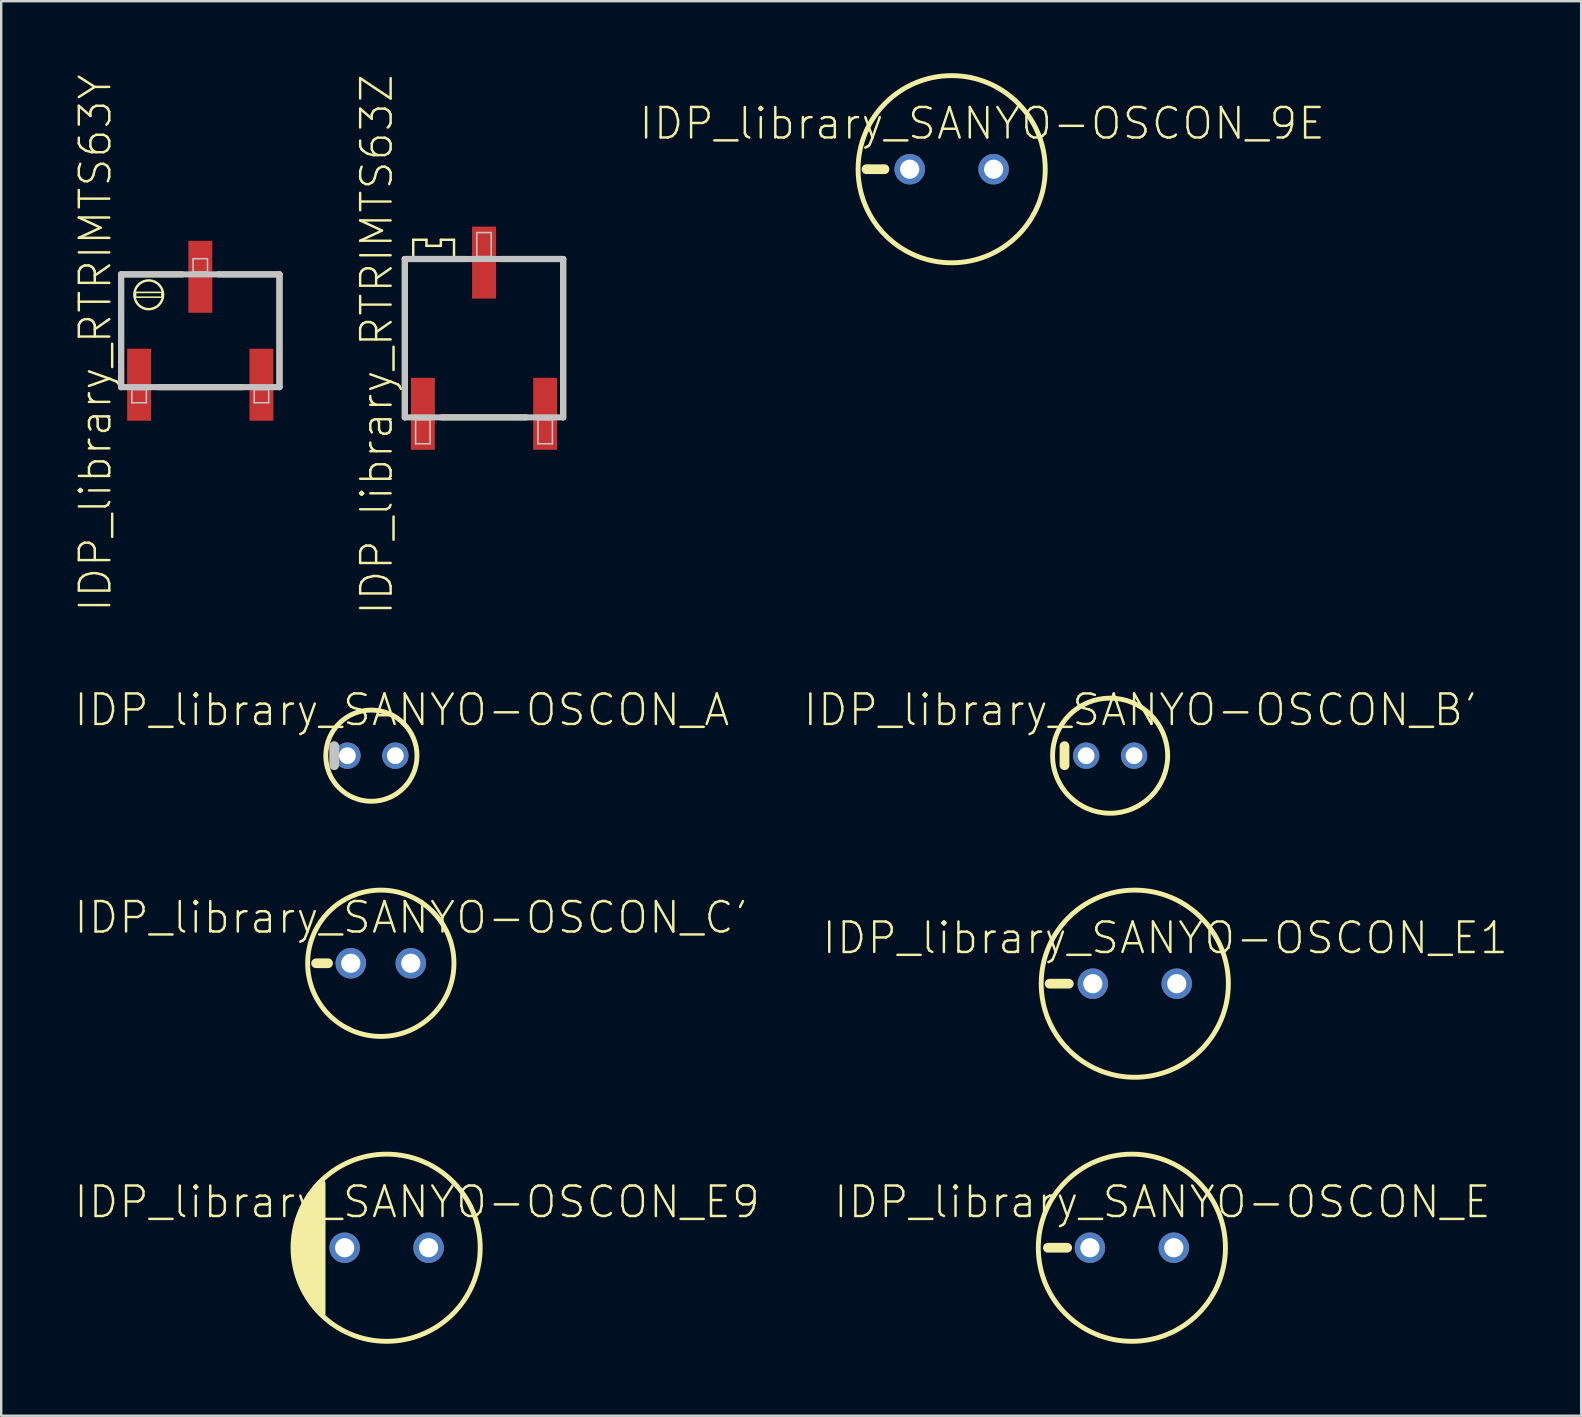
<source format=kicad_pcb>
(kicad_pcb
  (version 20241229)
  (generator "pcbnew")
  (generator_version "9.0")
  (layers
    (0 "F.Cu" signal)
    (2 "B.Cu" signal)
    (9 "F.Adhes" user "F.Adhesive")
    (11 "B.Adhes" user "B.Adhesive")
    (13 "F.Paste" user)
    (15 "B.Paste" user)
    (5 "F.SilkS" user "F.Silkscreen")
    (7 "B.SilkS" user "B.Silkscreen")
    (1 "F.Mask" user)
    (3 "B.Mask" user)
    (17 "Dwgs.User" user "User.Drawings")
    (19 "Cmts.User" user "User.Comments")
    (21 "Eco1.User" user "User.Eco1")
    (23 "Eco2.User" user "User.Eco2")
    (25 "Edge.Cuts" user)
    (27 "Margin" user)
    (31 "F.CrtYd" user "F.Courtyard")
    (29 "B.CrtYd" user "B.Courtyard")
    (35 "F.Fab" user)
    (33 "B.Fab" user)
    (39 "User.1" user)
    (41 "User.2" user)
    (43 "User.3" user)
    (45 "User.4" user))
  (footprint "IDP_library_SANYO-OSCON_E"
    (layer "F.Cu")
    (at 44.109 48.936)
    (property "Reference" "IDP_library_SANYO-OSCON_E" (at 1.27 -1.905 0) (layer "F.SilkS") (effects (font (size 1.27 1.27) (thickness 0.102))))
    (attr exclude_from_pos_files exclude_from_bom)
    (fp_line (start -3.498 0) (end -2.697 0) (stroke (width 0.406) (type solid)) (layer "F.SilkS"))
    (fp_circle (center 0 0) (end 0 -3.899) (stroke (width 0.203) (type solid)) (fill no) (layer "F.SilkS"))
    (pad "+" thru_hole circle (at 1.748 0) (size 1.27 1.27) (drill 0.798) (layers "*.Cu" "*.Paste" "*.Mask"))
    (pad "-" thru_hole circle (at -1.748 0) (size 1.27 1.27) (drill 0.798) (layers "*.Cu" "*.Paste" "*.Mask")))
  (footprint "IDP_library_RTRIMTS63Z"
    (layer "F.Cu")
    (at 17.116 11.04)
    (property "Reference" "IDP_library_RTRIMTS63Z" (at -4.473 0.264 90) (layer "F.SilkS") (effects (font (size 1.27 1.27) (thickness 0.102))))
    (attr smd)
    (fp_line (start -3.299 -3.299) (end -3.299 3.299) (stroke (width 0.254) (type solid)) (layer "F.SilkS"))
    (fp_line (start -2.949 -4.1) (end -2.398 -4.1) (stroke (width 0.102) (type solid)) (layer "F.SilkS"))
    (fp_line (start -2.949 -3.449) (end -2.949 -4.1) (stroke (width 0.102) (type solid)) (layer "F.SilkS"))
    (fp_line (start -2.398 -4.1) (end -2.398 -3.848) (stroke (width 0.102) (type solid)) (layer "F.SilkS"))
    (fp_line (start -2.398 -3.848) (end -1.798 -3.848) (stroke (width 0.102) (type solid)) (layer "F.SilkS"))
    (fp_line (start -1.798 -4.1) (end -1.25 -4.1) (stroke (width 0.102) (type solid)) (layer "F.SilkS"))
    (fp_line (start -1.798 -3.848) (end -1.798 -4.1) (stroke (width 0.102) (type solid)) (layer "F.SilkS"))
    (fp_line (start -1.748 3.299) (end 1.748 3.299) (stroke (width 0.254) (type solid)) (layer "F.SilkS"))
    (fp_line (start -1.25 -4.1) (end -1.25 -3.399) (stroke (width 0.102) (type solid)) (layer "F.SilkS"))
    (fp_line (start -0.749 -3.299) (end -3.299 -3.299) (stroke (width 0.254) (type solid)) (layer "F.SilkS"))
    (fp_line (start 3.299 -3.299) (end 0.749 -3.299) (stroke (width 0.254) (type solid)) (layer "F.SilkS"))
    (fp_line (start 3.299 3.299) (end 3.299 -3.299) (stroke (width 0.254) (type solid)) (layer "F.SilkS"))
    (fp_line (start -3.299 -3.299) (end -3.299 3.299) (stroke (width 0.254) (type solid)) (layer "Dwgs.User"))
    (fp_line (start -3.299 3.299) (end 3.299 3.299) (stroke (width 0.254) (type solid)) (layer "Dwgs.User"))
    (fp_line (start -2.85 3.399) (end -2.248 3.399) (stroke (width 0.066) (type solid)) (layer "Dwgs.User"))
    (fp_line (start -2.85 4.399) (end -2.85 3.399) (stroke (width 0.066) (type solid)) (layer "Dwgs.User"))
    (fp_line (start -2.85 4.399) (end -2.248 4.399) (stroke (width 0.066) (type solid)) (layer "Dwgs.User"))
    (fp_line (start -2.248 4.399) (end -2.248 3.399) (stroke (width 0.066) (type solid)) (layer "Dwgs.User"))
    (fp_line (start -0.3 -4.399) (end 0.3 -4.399) (stroke (width 0.066) (type solid)) (layer "Dwgs.User"))
    (fp_line (start -0.3 -3.399) (end -0.3 -4.399) (stroke (width 0.066) (type solid)) (layer "Dwgs.User"))
    (fp_line (start -0.3 -3.399) (end 0.3 -3.399) (stroke (width 0.066) (type solid)) (layer "Dwgs.User"))
    (fp_line (start 0.3 -3.399) (end 0.3 -4.399) (stroke (width 0.066) (type solid)) (layer "Dwgs.User"))
    (fp_line (start 2.248 3.399) (end 2.85 3.399) (stroke (width 0.066) (type solid)) (layer "Dwgs.User"))
    (fp_line (start 2.248 4.399) (end 2.248 3.399) (stroke (width 0.066) (type solid)) (layer "Dwgs.User"))
    (fp_line (start 2.248 4.399) (end 2.85 4.399) (stroke (width 0.066) (type solid)) (layer "Dwgs.User"))
    (fp_line (start 2.85 4.399) (end 2.85 3.399) (stroke (width 0.066) (type solid)) (layer "Dwgs.User"))
    (fp_line (start 3.299 -3.299) (end -3.299 -3.299) (stroke (width 0.254) (type solid)) (layer "Dwgs.User"))
    (fp_line (start 3.299 3.299) (end 3.299 -3.299) (stroke (width 0.254) (type solid)) (layer "Dwgs.User"))
    (pad "1" smd rect (at -2.548 3.15) (size 0.998 3) (layers "F.Cu" "F.Mask" "F.Paste"))
    (pad "2" smd rect (at 0 -3.15) (size 0.998 3) (layers "F.Cu" "F.Mask" "F.Paste"))
    (pad "3" smd rect (at 2.548 3.15) (size 0.998 3) (layers "F.Cu" "F.Mask" "F.Paste")))
  (footprint "IDP_library_RTRIMTS63Y"
    (layer "F.Cu")
    (at 5.295 10.731)
    (property "Reference" "IDP_library_RTRIMTS63Y" (at -4.374 0.513 90) (layer "F.SilkS") (effects (font (size 1.27 1.27) (thickness 0.102))))
    (attr smd)
    (fp_line (start -3.299 -2.349) (end -0.749 -2.349) (stroke (width 0.254) (type solid)) (layer "F.SilkS"))
    (fp_line (start -3.299 2.349) (end -3.299 -2.349) (stroke (width 0.254) (type solid)) (layer "F.SilkS"))
    (fp_line (start -2.697 -1.598) (end -1.598 -1.598) (stroke (width 0.066) (type solid)) (layer "F.SilkS"))
    (fp_line (start -2.697 -1.4) (end -2.697 -1.598) (stroke (width 0.066) (type solid)) (layer "F.SilkS"))
    (fp_line (start -2.697 -1.4) (end -1.598 -1.4) (stroke (width 0.066) (type solid)) (layer "F.SilkS"))
    (fp_line (start -1.598 -1.4) (end -1.598 -1.598) (stroke (width 0.066) (type solid)) (layer "F.SilkS"))
    (fp_line (start 0.749 -2.349) (end 3.299 -2.349) (stroke (width 0.254) (type solid)) (layer "F.SilkS"))
    (fp_line (start 1.748 2.349) (end -1.748 2.349) (stroke (width 0.254) (type solid)) (layer "F.SilkS"))
    (fp_line (start 3.299 -2.349) (end 3.299 2.349) (stroke (width 0.254) (type solid)) (layer "F.SilkS"))
    (fp_circle (center -2.149 -1.499) (end -2.149 -2.098) (stroke (width 0.102) (type solid)) (fill no) (layer "F.SilkS"))
    (fp_line (start -3.299 -2.349) (end -3.299 2.349) (stroke (width 0.254) (type solid)) (layer "Dwgs.User"))
    (fp_line (start -3.299 2.349) (end 3.299 2.349) (stroke (width 0.254) (type solid)) (layer "Dwgs.User"))
    (fp_line (start -2.85 2.449) (end -2.248 2.449) (stroke (width 0.066) (type solid)) (layer "Dwgs.User"))
    (fp_line (start -2.85 3) (end -2.85 2.449) (stroke (width 0.066) (type solid)) (layer "Dwgs.User"))
    (fp_line (start -2.85 3) (end -2.248 3) (stroke (width 0.066) (type solid)) (layer "Dwgs.User"))
    (fp_line (start -2.248 3) (end -2.248 2.449) (stroke (width 0.066) (type solid)) (layer "Dwgs.User"))
    (fp_line (start -0.3 -3) (end 0.3 -3) (stroke (width 0.066) (type solid)) (layer "Dwgs.User"))
    (fp_line (start -0.3 -2.449) (end -0.3 -3) (stroke (width 0.066) (type solid)) (layer "Dwgs.User"))
    (fp_line (start -0.3 -2.449) (end 0.3 -2.449) (stroke (width 0.066) (type solid)) (layer "Dwgs.User"))
    (fp_line (start 0.3 -2.449) (end 0.3 -3) (stroke (width 0.066) (type solid)) (layer "Dwgs.User"))
    (fp_line (start 2.248 2.449) (end 2.85 2.449) (stroke (width 0.066) (type solid)) (layer "Dwgs.User"))
    (fp_line (start 2.248 3) (end 2.248 2.449) (stroke (width 0.066) (type solid)) (layer "Dwgs.User"))
    (fp_line (start 2.248 3) (end 2.85 3) (stroke (width 0.066) (type solid)) (layer "Dwgs.User"))
    (fp_line (start 2.85 3) (end 2.85 2.449) (stroke (width 0.066) (type solid)) (layer "Dwgs.User"))
    (fp_line (start 3.299 -2.349) (end -3.299 -2.349) (stroke (width 0.254) (type solid)) (layer "Dwgs.User"))
    (fp_line (start 3.299 2.349) (end 3.299 -2.349) (stroke (width 0.254) (type solid)) (layer "Dwgs.User"))
    (pad "1" smd rect (at -2.548 2.248) (size 0.998 3) (layers "F.Cu" "F.Mask" "F.Paste"))
    (pad "2" smd rect (at 0 -2.248) (size 0.998 3) (layers "F.Cu" "F.Mask" "F.Paste"))
    (pad "3" smd rect (at 2.548 2.248) (size 0.998 3) (layers "F.Cu" "F.Mask" "F.Paste")))
  (footprint "IDP_library_SANYO-OSCON_9E"
    (layer "F.Cu")
    (at 36.6 4)
    (property "Reference" "IDP_library_SANYO-OSCON_9E" (at 1.27 -1.905 0) (layer "F.SilkS") (effects (font (size 1.27 1.27) (thickness 0.102))))
    (attr exclude_from_pos_files exclude_from_bom)
    (fp_line (start -3.548 0) (end -2.799 0) (stroke (width 0.406) (type solid)) (layer "F.SilkS"))
    (fp_circle (center 0 0) (end 0 -3.899) (stroke (width 0.203) (type solid)) (fill no) (layer "F.SilkS"))
    (pad "+" thru_hole circle (at 1.748 0) (size 1.27 1.27) (drill 0.798) (layers "*.Cu" "*.Paste" "*.Mask"))
    (pad "-" thru_hole circle (at -1.748 0) (size 1.27 1.27) (drill 0.798) (layers "*.Cu" "*.Paste" "*.Mask")))
  (footprint "IDP_library_SANYO-OSCON_B'"
    (layer "F.Cu")
    (at 43.202 28.435)
    (property "Reference" "IDP_library_SANYO-OSCON_B'" (at 1.27 -1.905 0) (layer "F.SilkS") (effects (font (size 1.27 1.27) (thickness 0.102))))
    (attr exclude_from_pos_files exclude_from_bom)
    (fp_line (start -1.9 0.399) (end -1.9 -0.399) (stroke (width 0.406) (type solid)) (layer "F.SilkS"))
    (fp_circle (center 0 0) (end 0 -2.398) (stroke (width 0.203) (type solid)) (fill no) (layer "F.SilkS"))
    (pad "+" thru_hole circle (at 0.998 0) (size 1.1 1.1) (drill 0.699) (layers "*.Cu" "*.Paste" "*.Mask"))
    (pad "-" thru_hole circle (at -0.998 0) (size 1.1 1.1) (drill 0.699) (layers "*.Cu" "*.Paste" "*.Mask")))
  (footprint "IDP_library_SANYO-OSCON_E1"
    (layer "F.Cu")
    (at 44.23 37.935)
    (property "Reference" "IDP_library_SANYO-OSCON_E1" (at 1.27 -1.905 0) (layer "F.SilkS") (effects (font (size 1.27 1.27) (thickness 0.102))))
    (attr exclude_from_pos_files exclude_from_bom)
    (fp_line (start -3.548 0) (end -2.748 0) (stroke (width 0.406) (type solid)) (layer "F.SilkS"))
    (fp_circle (center 0 0) (end 0 -3.899) (stroke (width 0.203) (type solid)) (fill no) (layer "F.SilkS"))
    (pad "+" thru_hole circle (at 1.748 0) (size 1.27 1.27) (drill 0.798) (layers "*.Cu" "*.Paste" "*.Mask"))
    (pad "-" thru_hole circle (at -1.748 0) (size 1.27 1.27) (drill 0.798) (layers "*.Cu" "*.Paste" "*.Mask")))
  (footprint "IDP_library_SANYO-OSCON_C'"
    (layer "F.Cu")
    (at 12.816 37.084)
    (property "Reference" "IDP_library_SANYO-OSCON_C'" (at 1.27 -1.905 0) (layer "F.SilkS") (effects (font (size 1.27 1.27) (thickness 0.102))))
    (attr exclude_from_pos_files exclude_from_bom)
    (fp_line (start -2.2 0) (end -2.697 0) (stroke (width 0.406) (type solid)) (layer "F.SilkS"))
    (fp_circle (center 0 0) (end 0 -3.048) (stroke (width 0.203) (type solid)) (fill no) (layer "F.SilkS"))
    (pad "+" thru_hole circle (at 1.25 0) (size 1.27 1.27) (drill 0.798) (layers "*.Cu" "*.Paste" "*.Mask"))
    (pad "-" thru_hole circle (at -1.25 0) (size 1.27 1.27) (drill 0.798) (layers "*.Cu" "*.Paste" "*.Mask")))
  (footprint "IDP_library_SANYO-OSCON_A"
    (layer "F.Cu")
    (at 12.423 28.435)
    (property "Reference" "IDP_library_SANYO-OSCON_A" (at 1.27 -1.905 0) (layer "F.SilkS") (effects (font (size 1.27 1.27) (thickness 0.102))))
    (attr exclude_from_pos_files exclude_from_bom)
    (fp_circle (center 0 0) (end 0 -1.9) (stroke (width 0.203) (type solid)) (fill no) (layer "F.SilkS"))
    (fp_line (start -1.549 0.399) (end -1.549 -0.399) (stroke (width 0.406) (type solid)) (layer "Dwgs.User"))
    (pad "+" thru_hole circle (at 0.998 0) (size 1.1 1.1) (drill 0.699) (layers "*.Cu" "*.Paste" "*.Mask"))
    (pad "-" thru_hole circle (at -0.998 0) (size 1.1 1.1) (drill 0.699) (layers "*.Cu" "*.Paste" "*.Mask")))
  (footprint "IDP_library_SANYO-OSCON_E9"
    (layer "F.Cu")
    (at 13.058 48.936)
    (property "Reference" "IDP_library_SANYO-OSCON_E9" (at 1.27 -1.905 0) (layer "F.SilkS") (effects (font (size 1.27 1.27) (thickness 0.102))))
    (attr exclude_from_pos_files exclude_from_bom)
    (fp_circle (center 0 0) (end 0 -3.899) (stroke (width 0.203) (type solid)) (fill no) (layer "F.SilkS"))
    (fp_poly (pts (xy -2.649 -2.697) (xy -2.649 2.748) (xy -2.974 2.36) (xy -3.249 1.933) (xy -3.472 1.478) (xy -3.64 0.998) (xy -3.749 0.503) (xy -3.8 0) (xy -3.749 -0.495) (xy -3.64 -0.983) (xy -3.472 -1.455) (xy -3.249 -1.902) (xy -2.972 -2.319) (xy -2.649 -2.697)) (stroke (width 0.203) (type solid)) (fill yes) (layer "F.SilkS"))
    (pad "+" thru_hole circle (at 1.748 0) (size 1.27 1.27) (drill 0.798) (layers "*.Cu" "*.Paste" "*.Mask"))
    (pad "-" thru_hole circle (at -1.748 0) (size 1.27 1.27) (drill 0.798) (layers "*.Cu" "*.Paste" "*.Mask")))
  (gr_rect
    (start -3 -3)
    (end 62.828 55.936)
    (stroke (width 0.1) (type default))
    (fill no)
    (layer "Edge.Cuts")))
</source>
